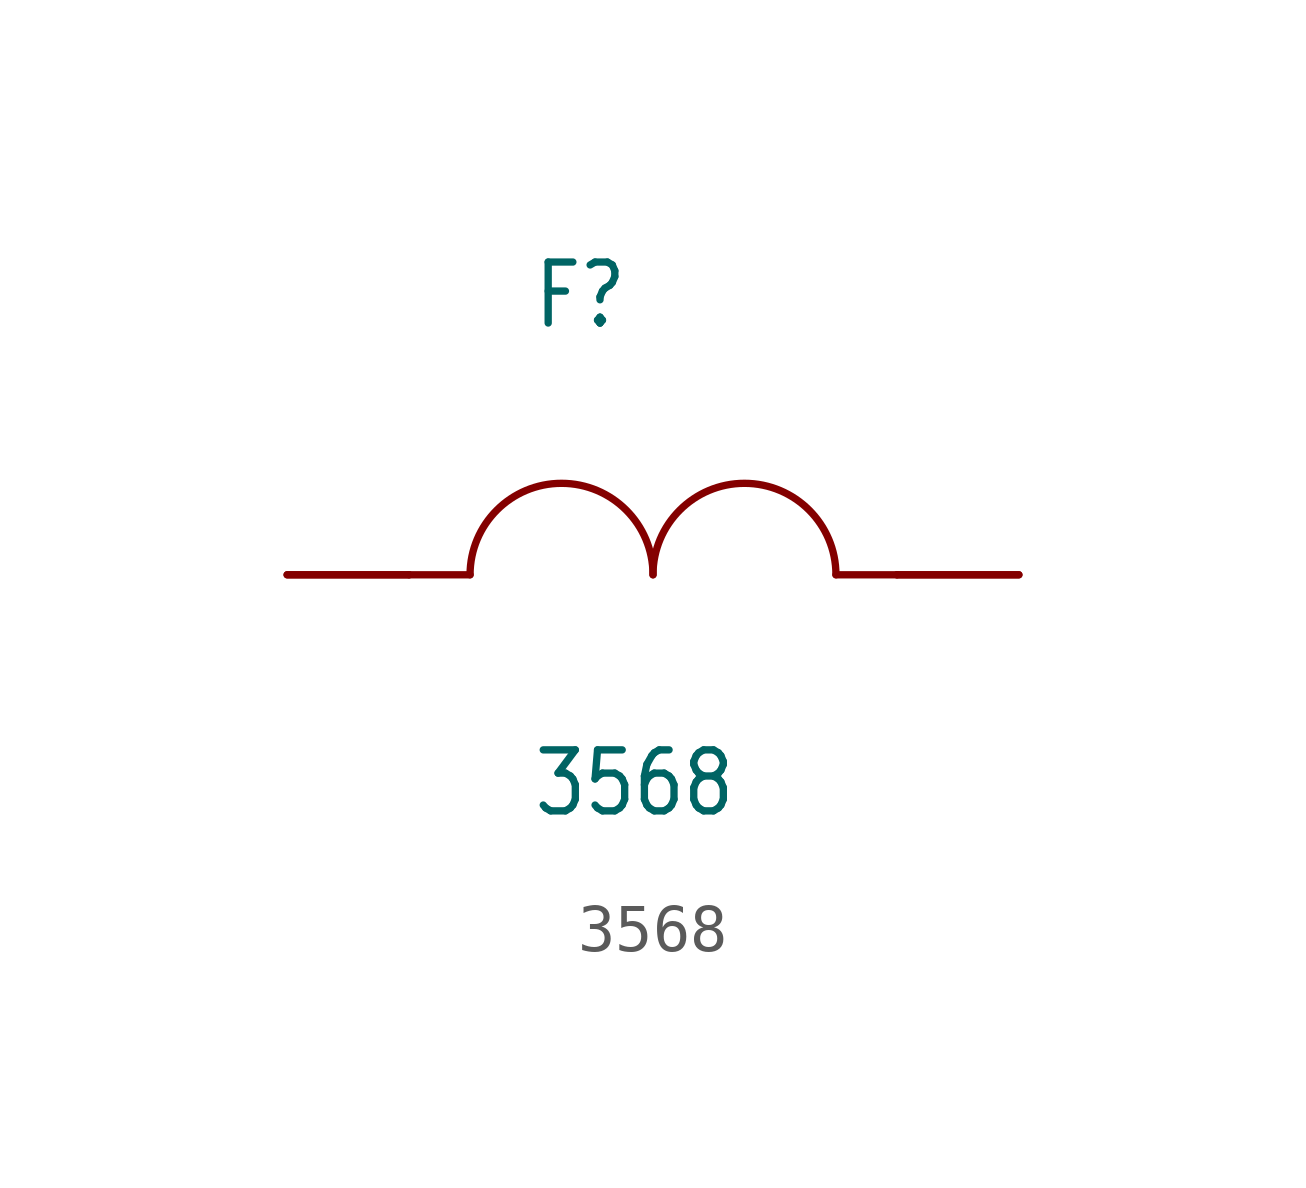
<source format=kicad_sym>
(kicad_symbol_lib
  (version 20211014)
  (generator kicad_symbol_editor)
  (symbol "3568"
    (property "Reference" "F"
      (at -2.54 5.08 0)
      (effects (font (size 1.27 1.079)) (justify left bottom)))
    (property "Value" "3568"
      (at -2.54 -5.08 0)
      (effects (font (size 1.27 1.079)) (justify left bottom)))
    (property "ki_locked" ""
      (at 0 0 0)
      (effects (font (size 1.27 1.27))))
    (symbol "3568_1_0"
      (arc (start 0 0) (mid -1.905 1.905) (end -3.81 0) (stroke (width 0.1524) (type default) (color 0 0 0 0)) (fill (type none)))
      (polyline (pts (xy -5.08 0) (xy -3.81 0)) (stroke (width 0.152) (type default) (color 0 0 0 0)) (fill (type none)))
      (polyline (pts (xy 5.08 0) (xy 3.81 0)) (stroke (width 0.152) (type default) (color 0 0 0 0)) (fill (type none)))
      (arc (start 3.81 0) (mid 1.905 1.905) (end 0 0) (stroke (width 0.1524) (type default) (color 0 0 0 0)) (fill (type none)))
      (pin passive line (at -7.62 0 0) (length 2.54) (name "1" (effects (font (size 0 0)))) (number "1" (effects (font (size 0 0)))))
      (pin passive line (at 7.62 0 180) (length 2.54) (name "2" (effects (font (size 0 0)))) (number "2" (effects (font (size 0 0)))))
      (pin passive line (at -7.62 0 0) (length 2.54) (name "1" (effects (font (size 0 0)))) (number "3" (effects (font (size 0 0)))))
      (pin passive line (at 7.62 0 180) (length 2.54) (name "2" (effects (font (size 0 0)))) (number "4" (effects (font (size 0 0))))))))
</source>
